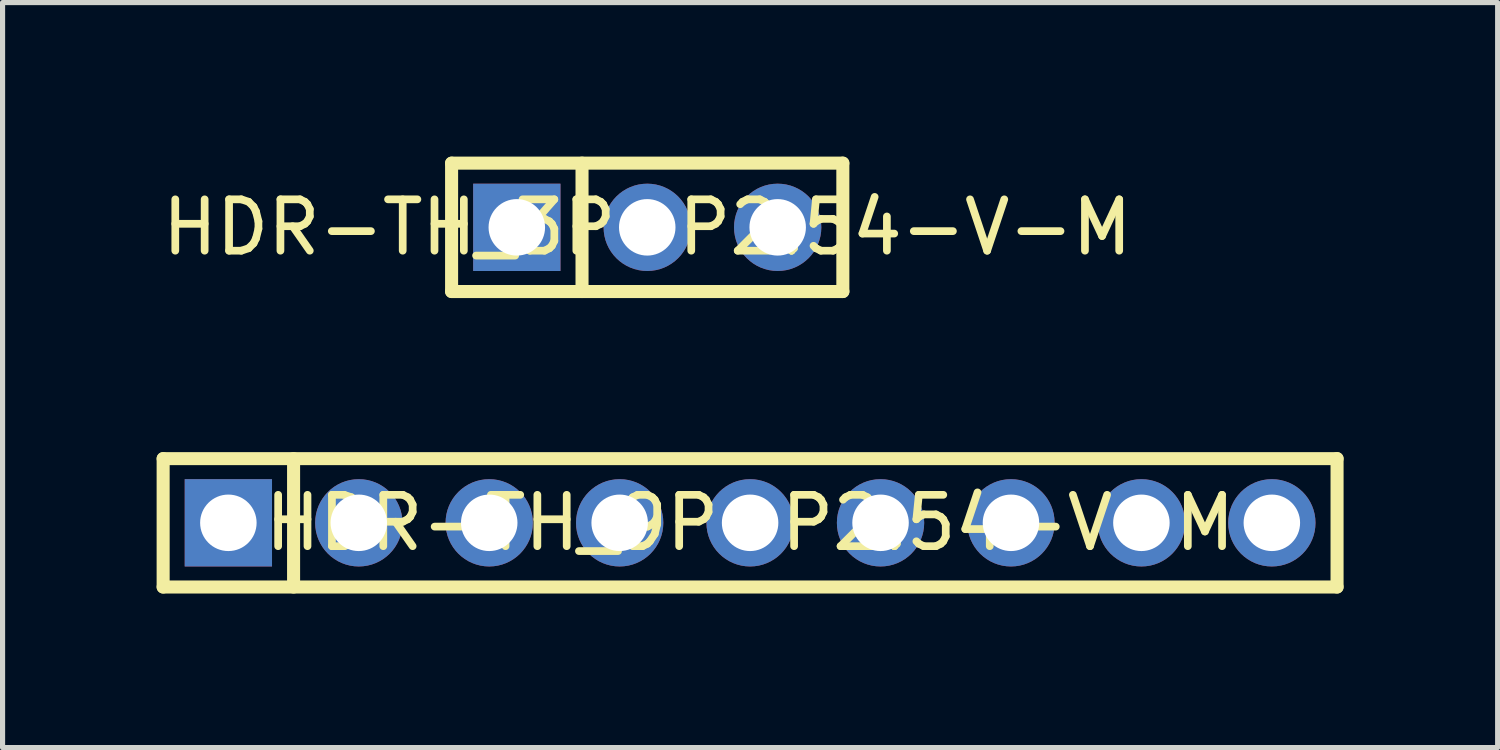
<source format=kicad_pcb>
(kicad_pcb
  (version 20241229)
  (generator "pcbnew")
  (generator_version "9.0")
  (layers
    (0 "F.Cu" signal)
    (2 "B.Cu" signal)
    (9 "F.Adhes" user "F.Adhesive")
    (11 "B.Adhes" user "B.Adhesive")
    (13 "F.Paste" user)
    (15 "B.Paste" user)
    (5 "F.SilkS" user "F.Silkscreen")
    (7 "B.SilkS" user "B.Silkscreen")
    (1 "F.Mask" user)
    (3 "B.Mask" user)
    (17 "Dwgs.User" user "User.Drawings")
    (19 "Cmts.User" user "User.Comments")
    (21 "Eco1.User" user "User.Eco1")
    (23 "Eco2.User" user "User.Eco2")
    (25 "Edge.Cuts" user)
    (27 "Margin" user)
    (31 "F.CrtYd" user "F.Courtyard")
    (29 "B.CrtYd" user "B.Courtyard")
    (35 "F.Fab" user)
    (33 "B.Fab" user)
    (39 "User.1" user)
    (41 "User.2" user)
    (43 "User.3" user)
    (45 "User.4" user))
  (footprint "HDR-TH_9P-P2.54-V-M"
    (layer "F.Cu")
    (at 11.557 7.131)
    (property "Reference" "HDR-TH_9P-P2.54-V-M" (at 0 0 0) (layer "F.SilkS") (effects (font (size 1 1) (thickness 0.15))))
    (fp_line (start -11.43 -1.25) (end -11.43 1.25) (stroke (width 0.254) (type default)) (layer "F.SilkS"))
    (fp_line (start -11.43 1.25) (end 11.43 1.25) (stroke (width 0.254) (type default)) (layer "F.SilkS"))
    (fp_line (start -8.89 -1.25) (end -8.89 1.25) (stroke (width 0.254) (type default)) (layer "F.SilkS"))
    (fp_line (start 11.43 -1.25) (end -11.43 -1.25) (stroke (width 0.254) (type default)) (layer "F.SilkS"))
    (fp_line (start 11.43 1.25) (end 11.43 -1.25) (stroke (width 0.254) (type default)) (layer "F.SilkS"))
    (fp_poly (pts (xy -9.91 0) (xy -9.929 -0.096) (xy -9.983 -0.177) (xy -10.064 -0.231) (xy -10.16 -0.25) (xy -10.256 -0.231) (xy -10.337 -0.177) (xy -10.391 -0.096) (xy -10.41 0) (xy -10.391 0.096) (xy -10.337 0.177) (xy -10.256 0.231) (xy -10.16 0.25) (xy -10.064 0.231) (xy -9.983 0.177) (xy -9.929 0.096)) (stroke (width 0.1) (type default)) (fill no) (layer "User.1"))
    (fp_poly (pts (xy -7.37 0) (xy -7.389 -0.096) (xy -7.443 -0.177) (xy -7.524 -0.231) (xy -7.62 -0.25) (xy -7.716 -0.231) (xy -7.797 -0.177) (xy -7.851 -0.096) (xy -7.87 0) (xy -7.851 0.096) (xy -7.797 0.177) (xy -7.716 0.231) (xy -7.62 0.25) (xy -7.524 0.231) (xy -7.443 0.177) (xy -7.389 0.096)) (stroke (width 0.1) (type default)) (fill no) (layer "User.1"))
    (fp_poly (pts (xy -4.83 0) (xy -4.849 -0.096) (xy -4.903 -0.177) (xy -4.984 -0.231) (xy -5.08 -0.25) (xy -5.176 -0.231) (xy -5.257 -0.177) (xy -5.311 -0.096) (xy -5.33 0) (xy -5.311 0.096) (xy -5.257 0.177) (xy -5.176 0.231) (xy -5.08 0.25) (xy -4.984 0.231) (xy -4.903 0.177) (xy -4.849 0.096)) (stroke (width 0.1) (type default)) (fill no) (layer "User.1"))
    (fp_poly (pts (xy -2.29 0) (xy -2.309 -0.096) (xy -2.363 -0.177) (xy -2.444 -0.231) (xy -2.54 -0.25) (xy -2.636 -0.231) (xy -2.717 -0.177) (xy -2.771 -0.096) (xy -2.79 0) (xy -2.771 0.096) (xy -2.717 0.177) (xy -2.636 0.231) (xy -2.54 0.25) (xy -2.444 0.231) (xy -2.363 0.177) (xy -2.309 0.096)) (stroke (width 0.1) (type default)) (fill no) (layer "User.1"))
    (fp_poly (pts (xy 0.25 0) (xy 0.231 -0.096) (xy 0.177 -0.177) (xy 0.096 -0.231) (xy 0 -0.25) (xy -0.096 -0.231) (xy -0.177 -0.177) (xy -0.231 -0.096) (xy -0.25 0) (xy -0.231 0.096) (xy -0.177 0.177) (xy -0.096 0.231) (xy 0 0.25) (xy 0.096 0.231) (xy 0.177 0.177) (xy 0.231 0.096)) (stroke (width 0.1) (type default)) (fill no) (layer "User.1"))
    (fp_poly (pts (xy 2.79 0) (xy 2.771 -0.096) (xy 2.717 -0.177) (xy 2.636 -0.231) (xy 2.54 -0.25) (xy 2.444 -0.231) (xy 2.363 -0.177) (xy 2.309 -0.096) (xy 2.29 0) (xy 2.309 0.096) (xy 2.363 0.177) (xy 2.444 0.231) (xy 2.54 0.25) (xy 2.636 0.231) (xy 2.717 0.177) (xy 2.771 0.096)) (stroke (width 0.1) (type default)) (fill no) (layer "User.1"))
    (fp_poly (pts (xy 5.33 0) (xy 5.311 -0.096) (xy 5.257 -0.177) (xy 5.176 -0.231) (xy 5.08 -0.25) (xy 4.984 -0.231) (xy 4.903 -0.177) (xy 4.849 -0.096) (xy 4.83 0) (xy 4.849 0.096) (xy 4.903 0.177) (xy 4.984 0.231) (xy 5.08 0.25) (xy 5.176 0.231) (xy 5.257 0.177) (xy 5.311 0.096)) (stroke (width 0.1) (type default)) (fill no) (layer "User.1"))
    (fp_poly (pts (xy 7.87 0) (xy 7.851 -0.096) (xy 7.797 -0.177) (xy 7.716 -0.231) (xy 7.62 -0.25) (xy 7.524 -0.231) (xy 7.443 -0.177) (xy 7.389 -0.096) (xy 7.37 0) (xy 7.389 0.096) (xy 7.443 0.177) (xy 7.524 0.231) (xy 7.62 0.25) (xy 7.716 0.231) (xy 7.797 0.177) (xy 7.851 0.096)) (stroke (width 0.1) (type default)) (fill no) (layer "User.1"))
    (fp_poly (pts (xy 10.41 0) (xy 10.391 -0.096) (xy 10.337 -0.177) (xy 10.256 -0.231) (xy 10.16 -0.25) (xy 10.064 -0.231) (xy 9.983 -0.177) (xy 9.929 -0.096) (xy 9.91 0) (xy 9.929 0.096) (xy 9.983 0.177) (xy 10.064 0.231) (xy 10.16 0.25) (xy 10.256 0.231) (xy 10.337 0.177) (xy 10.391 0.096)) (stroke (width 0.1) (type default)) (fill no) (layer "User.1"))
    (fp_line (start -11.43 -1.25) (end 11.43 -1.25) (stroke (width 0.051) (type default)) (layer "User.2"))
    (fp_line (start -11.43 1.25) (end -11.43 -1.25) (stroke (width 0.051) (type default)) (layer "User.2"))
    (fp_line (start 11.43 -1.25) (end 11.43 1.25) (stroke (width 0.051) (type default)) (layer "User.2"))
    (fp_line (start 11.43 1.25) (end -11.43 1.25) (stroke (width 0.051) (type default)) (layer "User.2"))
    (fp_poly (pts (xy -11.37 1.25) (xy -11.388 1.208) (xy -11.43 1.19) (xy -11.472 1.208) (xy -11.49 1.25) (xy -11.472 1.292) (xy -11.43 1.31) (xy -11.388 1.292)) (stroke (width 0.1) (type default)) (fill no) (layer "User.3"))
    (pad "1" thru_hole rect (at -10.16 0) (size 1.7 1.7) (drill 1.1) (layers "*.Cu" "*.Mask"))
    (pad "2" thru_hole circle (at -7.62 0) (size 1.7 1.7) (drill 1.1) (layers "*.Cu" "*.Mask"))
    (pad "3" thru_hole circle (at -5.08 0) (size 1.7 1.7) (drill 1.1) (layers "*.Cu" "*.Mask"))
    (pad "4" thru_hole circle (at -2.54 0) (size 1.7 1.7) (drill 1.1) (layers "*.Cu" "*.Mask"))
    (pad "5" thru_hole circle (at 0 0) (size 1.7 1.7) (drill 1.1) (layers "*.Cu" "*.Mask"))
    (pad "6" thru_hole circle (at 2.54 0) (size 1.7 1.7) (drill 1.1) (layers "*.Cu" "*.Mask"))
    (pad "7" thru_hole circle (at 5.08 0) (size 1.7 1.7) (drill 1.1) (layers "*.Cu" "*.Mask"))
    (pad "8" thru_hole circle (at 7.62 0) (size 1.7 1.7) (drill 1.1) (layers "*.Cu" "*.Mask"))
    (pad "9" thru_hole circle (at 10.16 0) (size 1.7 1.7) (drill 1.1) (layers "*.Cu" "*.Mask")))
  (footprint "HDR-TH_3P-P2.54-V-M"
    (layer "F.Cu")
    (at 9.554 1.377)
    (property "Reference" "HDR-TH_3P-P2.54-V-M" (at 0 0 0) (layer "F.SilkS") (effects (font (size 1 1) (thickness 0.15))))
    (fp_line (start -3.81 -1.25) (end 3.809 -1.25) (stroke (width 0.254) (type default)) (layer "F.SilkS"))
    (fp_line (start -3.81 1.25) (end -3.81 -1.25) (stroke (width 0.254) (type default)) (layer "F.SilkS"))
    (fp_line (start -1.27 -1.25) (end -1.27 1.25) (stroke (width 0.254) (type default)) (layer "F.SilkS"))
    (fp_line (start 3.809 -1.25) (end 3.809 1.25) (stroke (width 0.254) (type default)) (layer "F.SilkS"))
    (fp_line (start 3.81 1.25) (end -3.81 1.25) (stroke (width 0.254) (type default)) (layer "F.SilkS"))
    (fp_poly (pts (xy -2.86 -0.32) (xy -2.22 -0.32) (xy -2.22 0.32) (xy -2.86 0.32)) (stroke (width 0.1) (type default)) (fill no) (layer "User.1"))
    (fp_poly (pts (xy -0.32 -0.32) (xy 0.32 -0.32) (xy 0.32 0.32) (xy -0.32 0.32)) (stroke (width 0.1) (type default)) (fill no) (layer "User.1"))
    (fp_poly (pts (xy 2.22 -0.32) (xy 2.86 -0.32) (xy 2.86 0.32) (xy 2.22 0.32)) (stroke (width 0.1) (type default)) (fill no) (layer "User.1"))
    (fp_line (start -3.81 -1.25) (end 3.81 -1.25) (stroke (width 0.051) (type default)) (layer "User.2"))
    (fp_line (start -3.81 1.25) (end -3.81 -1.25) (stroke (width 0.051) (type default)) (layer "User.2"))
    (fp_line (start 3.81 -1.25) (end 3.81 1.25) (stroke (width 0.051) (type default)) (layer "User.2"))
    (fp_line (start 3.81 1.25) (end -3.81 1.25) (stroke (width 0.051) (type default)) (layer "User.2"))
    (fp_poly (pts (xy -3.75 1.25) (xy -3.768 1.208) (xy -3.81 1.19) (xy -3.852 1.208) (xy -3.87 1.25) (xy -3.852 1.292) (xy -3.81 1.31) (xy -3.768 1.292)) (stroke (width 0.1) (type default)) (fill no) (layer "User.3"))
    (pad "1" thru_hole rect (at -2.54 0) (size 1.7 1.7) (drill 1.1) (layers "*.Cu" "*.Mask"))
    (pad "2" thru_hole circle (at 0 0) (size 1.7 1.7) (drill 1.1) (layers "*.Cu" "*.Mask"))
    (pad "3" thru_hole circle (at 2.54 0) (size 1.7 1.7) (drill 1.1) (layers "*.Cu" "*.Mask")))
  (gr_rect
    (start -3 -3)
    (end 26.114 11.508)
    (stroke (width 0.1) (type default))
    (fill no)
    (layer "Edge.Cuts")))
</source>
